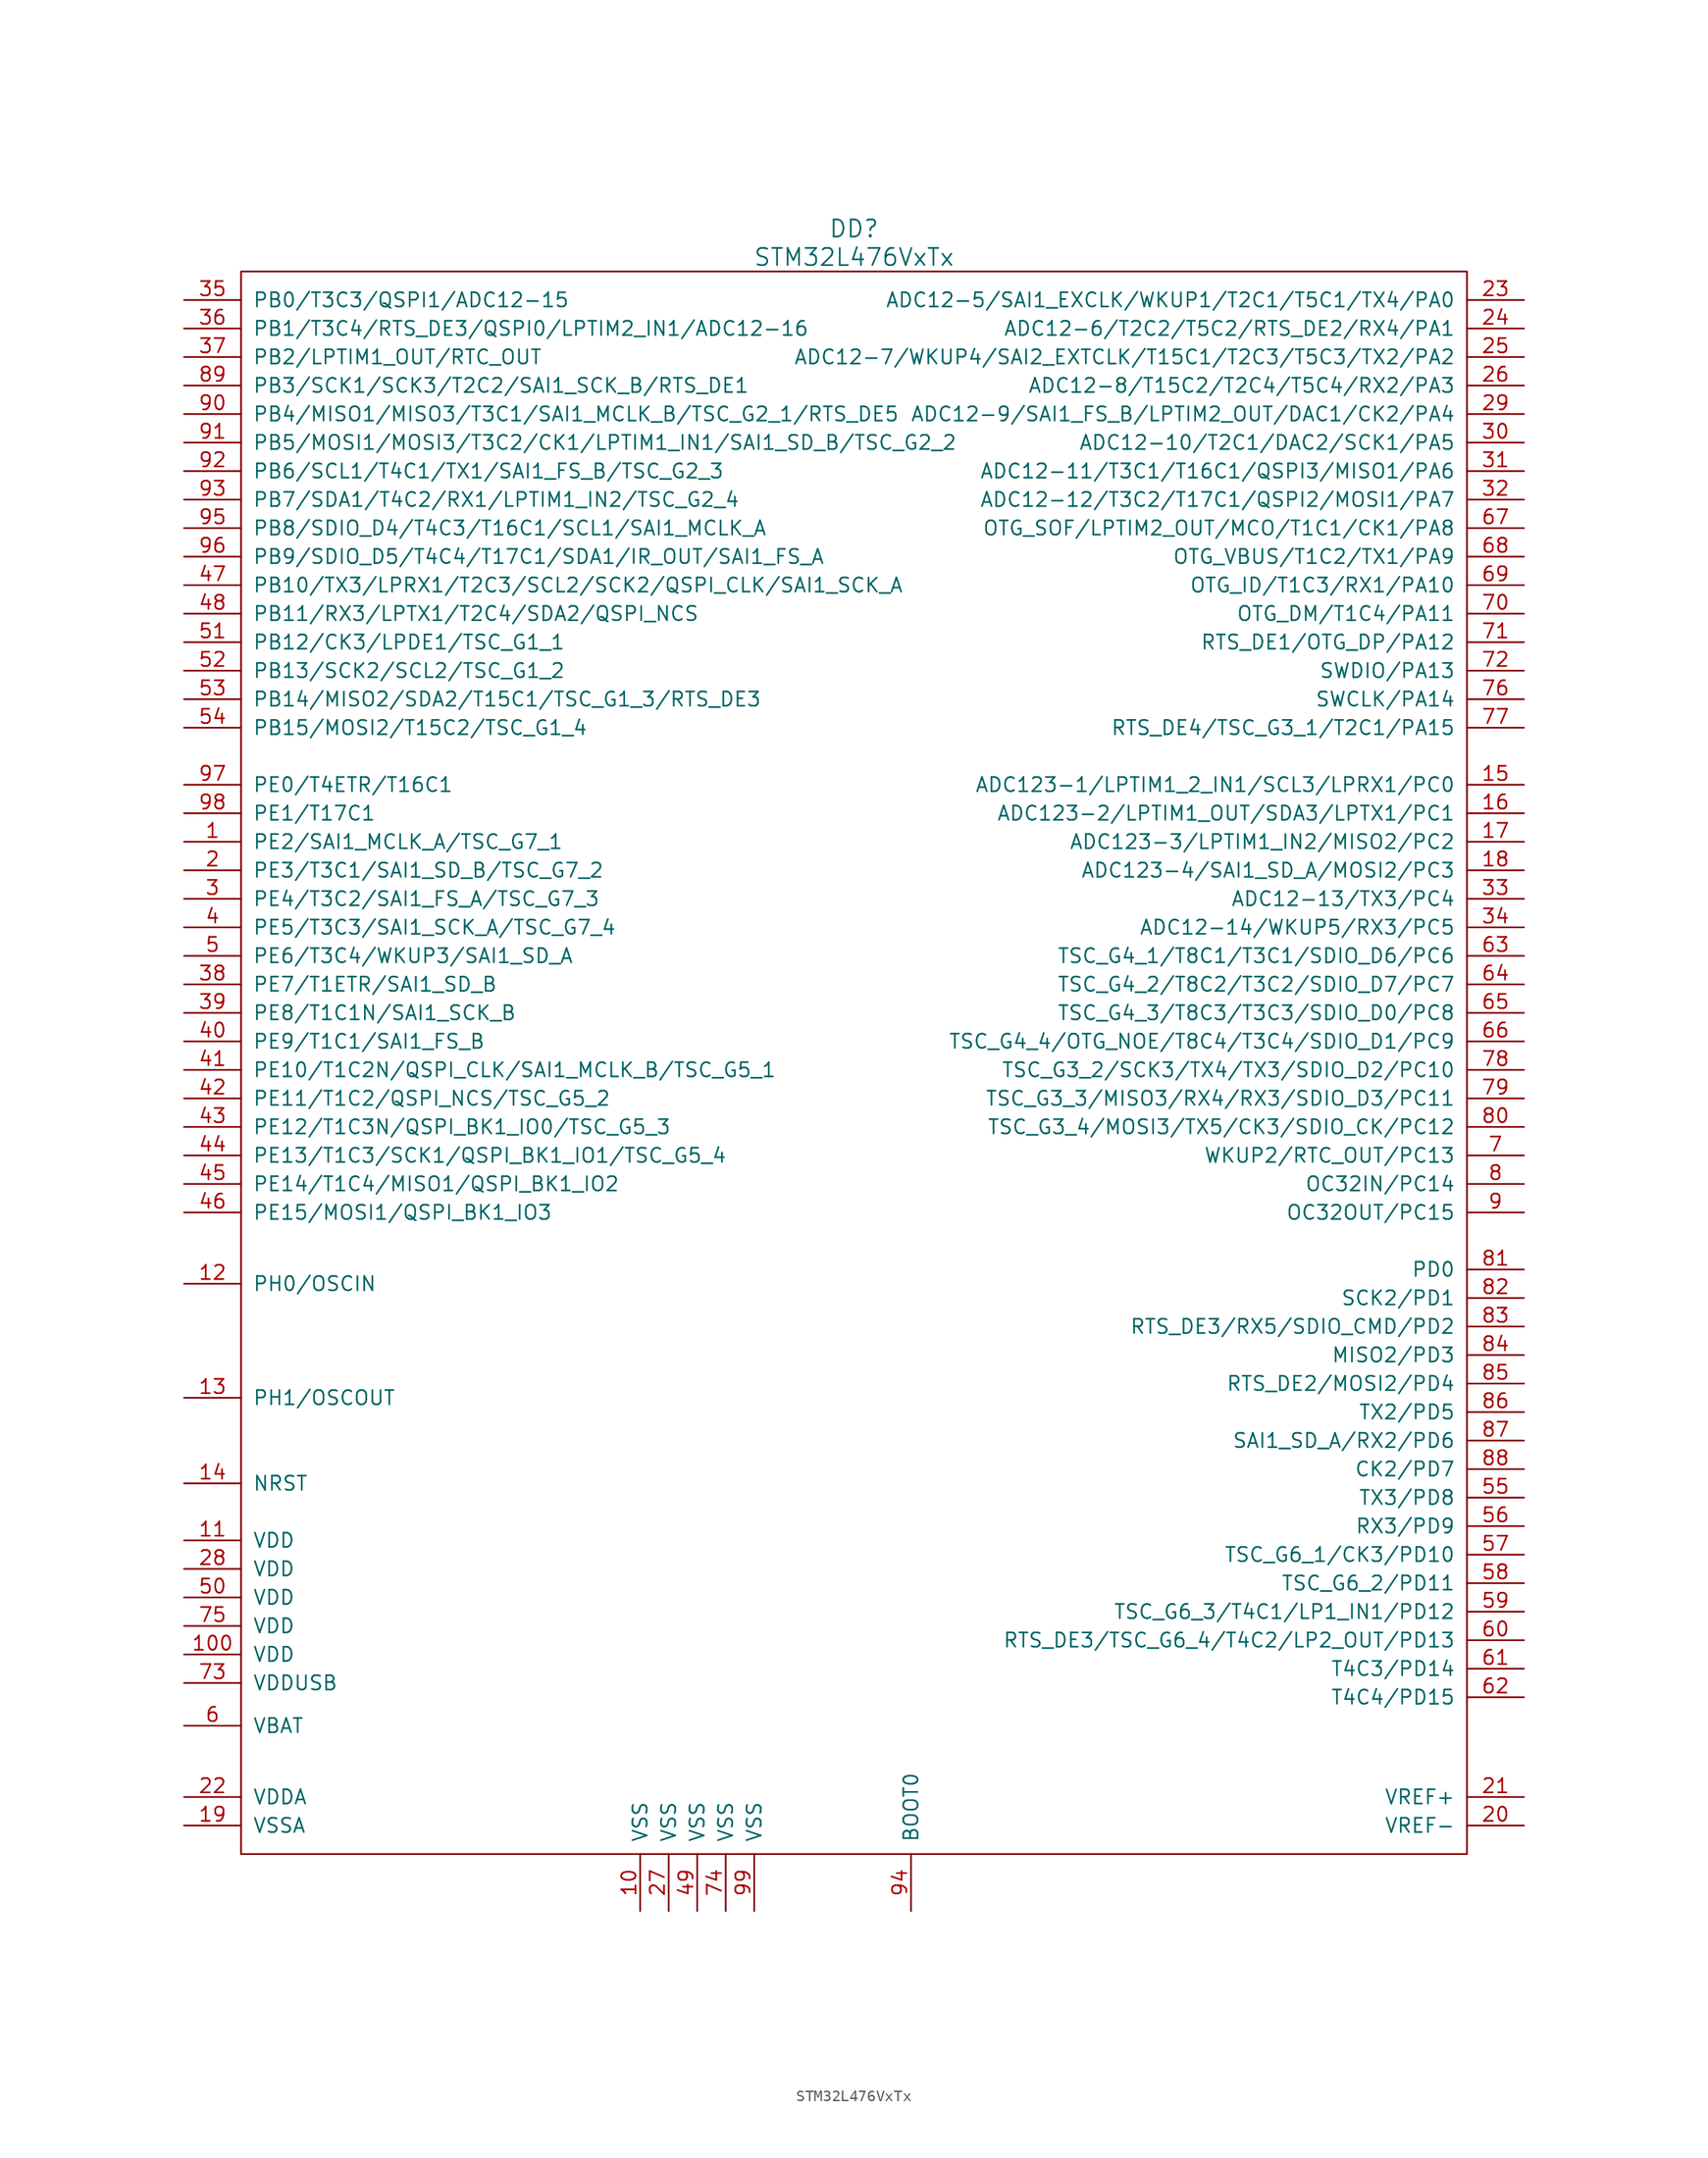
<source format=kicad_sym>
(kicad_symbol_lib
  (version 20220914)
  (generator kicad_symbol_editor)
  (symbol "STM32L476VxTx"
    (pin_names
      (offset 1.016))
    (property "Reference" "DD"
      (at 0 73.66 0)
      (effects (font (size 1.524 1.524))))
    (property "Value" "STM32L476VxTx"
      (at 0 71.12 0)
      (effects (font (size 1.524 1.524))))
    (property "Datasheet" ""
      (at -2.54 8.89 0)
      (effects (font (size 1.524 1.524))))
    (symbol "STM32L476VxTx_0_1"
      (rectangle (start -54.61 69.85) (end 54.61 -71.12) (stroke (width 0) (type solid)) (fill (type none))))
    (symbol "STM32L476VxTx_1_0"
      (pin passive line (at 59.69 29.21 180) (length 5.08) (name "RTS_DE4/TSC_G3_1/T2C1/PA15" (effects (font (size 1.27 1.27)))) (number "77" (effects (font (size 1.27 1.27))))))
    (symbol "STM32L476VxTx_1_1"
      (pin passive line (at -59.69 19.05 0) (length 5.08) (name "PE2/SAI1_MCLK_A/TSC_G7_1" (effects (font (size 1.27 1.27)))) (number "1" (effects (font (size 1.27 1.27)))))
      (pin power_in line (at -19.05 -76.2 90) (length 5.08) (name "VSS" (effects (font (size 1.27 1.27)))) (number "10" (effects (font (size 1.27 1.27)))))
      (pin power_in line (at -59.69 -53.34 0) (length 5.08) (name "VDD" (effects (font (size 1.27 1.27)))) (number "100" (effects (font (size 1.27 1.27)))))
      (pin power_in line (at -59.69 -43.18 0) (length 5.08) (name "VDD" (effects (font (size 1.27 1.27)))) (number "11" (effects (font (size 1.27 1.27)))))
      (pin passive line (at -59.69 -20.32 0) (length 5.08) (name "PH0/OSCIN" (effects (font (size 1.27 1.27)))) (number "12" (effects (font (size 1.27 1.27)))))
      (pin passive line (at -59.69 -30.48 0) (length 5.08) (name "PH1/OSCOUT" (effects (font (size 1.27 1.27)))) (number "13" (effects (font (size 1.27 1.27)))))
      (pin passive line (at -59.69 -38.1 0) (length 5.08) (name "NRST" (effects (font (size 1.27 1.27)))) (number "14" (effects (font (size 1.27 1.27)))))
      (pin passive line (at 59.69 24.13 180) (length 5.08) (name "ADC123-1/LPTIM1_2_IN1/SCL3/LPRX1/PC0" (effects (font (size 1.27 1.27)))) (number "15" (effects (font (size 1.27 1.27)))))
      (pin passive line (at 59.69 21.59 180) (length 5.08) (name "ADC123-2/LPTIM1_OUT/SDA3/LPTX1/PC1" (effects (font (size 1.27 1.27)))) (number "16" (effects (font (size 1.27 1.27)))))
      (pin passive line (at 59.69 19.05 180) (length 5.08) (name "ADC123-3/LPTIM1_IN2/MISO2/PC2" (effects (font (size 1.27 1.27)))) (number "17" (effects (font (size 1.27 1.27)))))
      (pin passive line (at 59.69 16.51 180) (length 5.08) (name "ADC123-4/SAI1_SD_A/MOSI2/PC3" (effects (font (size 1.27 1.27)))) (number "18" (effects (font (size 1.27 1.27)))))
      (pin power_in line (at -59.69 -68.58 0) (length 5.08) (name "VSSA" (effects (font (size 1.27 1.27)))) (number "19" (effects (font (size 1.27 1.27)))))
      (pin passive line (at -59.69 16.51 0) (length 5.08) (name "PE3/T3C1/SAI1_SD_B/TSC_G7_2" (effects (font (size 1.27 1.27)))) (number "2" (effects (font (size 1.27 1.27)))))
      (pin passive line (at 59.69 -68.58 180) (length 5.08) (name "VREF-" (effects (font (size 1.27 1.27)))) (number "20" (effects (font (size 1.27 1.27)))))
      (pin passive line (at 59.69 -66.04 180) (length 5.08) (name "VREF+" (effects (font (size 1.27 1.27)))) (number "21" (effects (font (size 1.27 1.27)))))
      (pin power_in line (at -59.69 -66.04 0) (length 5.08) (name "VDDA" (effects (font (size 1.27 1.27)))) (number "22" (effects (font (size 1.27 1.27)))))
      (pin passive line (at 59.69 67.31 180) (length 5.08) (name "ADC12-5/SAI1_EXCLK/WKUP1/T2C1/T5C1/TX4/PA0" (effects (font (size 1.27 1.27)))) (number "23" (effects (font (size 1.27 1.27)))))
      (pin passive line (at 59.69 64.77 180) (length 5.08) (name "ADC12-6/T2C2/T5C2/RTS_DE2/RX4/PA1" (effects (font (size 1.27 1.27)))) (number "24" (effects (font (size 1.27 1.27)))))
      (pin passive line (at 59.69 62.23 180) (length 5.08) (name "ADC12-7/WKUP4/SAI2_EXTCLK/T15C1/T2C3/T5C3/TX2/PA2" (effects (font (size 1.27 1.27)))) (number "25" (effects (font (size 1.27 1.27)))))
      (pin passive line (at 59.69 59.69 180) (length 5.08) (name "ADC12-8/T15C2/T2C4/T5C4/RX2/PA3" (effects (font (size 1.27 1.27)))) (number "26" (effects (font (size 1.27 1.27)))))
      (pin power_in line (at -16.51 -76.2 90) (length 5.08) (name "VSS" (effects (font (size 1.27 1.27)))) (number "27" (effects (font (size 1.27 1.27)))))
      (pin power_in line (at -59.69 -45.72 0) (length 5.08) (name "VDD" (effects (font (size 1.27 1.27)))) (number "28" (effects (font (size 1.27 1.27)))))
      (pin passive line (at 59.69 57.15 180) (length 5.08) (name "ADC12-9/SAI1_FS_B/LPTIM2_OUT/DAC1/CK2/PA4" (effects (font (size 1.27 1.27)))) (number "29" (effects (font (size 1.27 1.27)))))
      (pin passive line (at -59.69 13.97 0) (length 5.08) (name "PE4/T3C2/SAI1_FS_A/TSC_G7_3" (effects (font (size 1.27 1.27)))) (number "3" (effects (font (size 1.27 1.27)))))
      (pin passive line (at 59.69 54.61 180) (length 5.08) (name "ADC12-10/T2C1/DAC2/SCK1/PA5" (effects (font (size 1.27 1.27)))) (number "30" (effects (font (size 1.27 1.27)))))
      (pin passive line (at 59.69 52.07 180) (length 5.08) (name "ADC12-11/T3C1/T16C1/QSPI3/MISO1/PA6" (effects (font (size 1.27 1.27)))) (number "31" (effects (font (size 1.27 1.27)))))
      (pin passive line (at 59.69 49.53 180) (length 5.08) (name "ADC12-12/T3C2/T17C1/QSPI2/MOSI1/PA7" (effects (font (size 1.27 1.27)))) (number "32" (effects (font (size 1.27 1.27)))))
      (pin passive line (at 59.69 13.97 180) (length 5.08) (name "ADC12-13/TX3/PC4" (effects (font (size 1.27 1.27)))) (number "33" (effects (font (size 1.27 1.27)))))
      (pin passive line (at 59.69 11.43 180) (length 5.08) (name "ADC12-14/WKUP5/RX3/PC5" (effects (font (size 1.27 1.27)))) (number "34" (effects (font (size 1.27 1.27)))))
      (pin passive line (at -59.69 67.31 0) (length 5.08) (name "PB0/T3C3/QSPI1/ADC12-15" (effects (font (size 1.27 1.27)))) (number "35" (effects (font (size 1.27 1.27)))))
      (pin passive line (at -59.69 64.77 0) (length 5.08) (name "PB1/T3C4/RTS_DE3/QSPI0/LPTIM2_IN1/ADC12-16" (effects (font (size 1.27 1.27)))) (number "36" (effects (font (size 1.27 1.27)))))
      (pin passive line (at -59.69 62.23 0) (length 5.08) (name "PB2/LPTIM1_OUT/RTC_OUT" (effects (font (size 1.27 1.27)))) (number "37" (effects (font (size 1.27 1.27)))))
      (pin passive line (at -59.69 6.35 0) (length 5.08) (name "PE7/T1ETR/SAI1_SD_B" (effects (font (size 1.27 1.27)))) (number "38" (effects (font (size 1.27 1.27)))))
      (pin passive line (at -59.69 3.81 0) (length 5.08) (name "PE8/T1C1N/SAI1_SCK_B" (effects (font (size 1.27 1.27)))) (number "39" (effects (font (size 1.27 1.27)))))
      (pin passive line (at -59.69 11.43 0) (length 5.08) (name "PE5/T3C3/SAI1_SCK_A/TSC_G7_4" (effects (font (size 1.27 1.27)))) (number "4" (effects (font (size 1.27 1.27)))))
      (pin passive line (at -59.69 1.27 0) (length 5.08) (name "PE9/T1C1/SAI1_FS_B" (effects (font (size 1.27 1.27)))) (number "40" (effects (font (size 1.27 1.27)))))
      (pin passive line (at -59.69 -1.27 0) (length 5.08) (name "PE10/T1C2N/QSPI_CLK/SAI1_MCLK_B/TSC_G5_1" (effects (font (size 1.27 1.27)))) (number "41" (effects (font (size 1.27 1.27)))))
      (pin passive line (at -59.69 -3.81 0) (length 5.08) (name "PE11/T1C2/QSPI_NCS/TSC_G5_2" (effects (font (size 1.27 1.27)))) (number "42" (effects (font (size 1.27 1.27)))))
      (pin passive line (at -59.69 -6.35 0) (length 5.08) (name "PE12/T1C3N/QSPI_BK1_IO0/TSC_G5_3" (effects (font (size 1.27 1.27)))) (number "43" (effects (font (size 1.27 1.27)))))
      (pin passive line (at -59.69 -8.89 0) (length 5.08) (name "PE13/T1C3/SCK1/QSPI_BK1_IO1/TSC_G5_4" (effects (font (size 1.27 1.27)))) (number "44" (effects (font (size 1.27 1.27)))))
      (pin passive line (at -59.69 -11.43 0) (length 5.08) (name "PE14/T1C4/MISO1/QSPI_BK1_IO2" (effects (font (size 1.27 1.27)))) (number "45" (effects (font (size 1.27 1.27)))))
      (pin passive line (at -59.69 -13.97 0) (length 5.08) (name "PE15/MOSI1/QSPI_BK1_IO3" (effects (font (size 1.27 1.27)))) (number "46" (effects (font (size 1.27 1.27)))))
      (pin passive line (at -59.69 41.91 0) (length 5.08) (name "PB10/TX3/LPRX1/T2C3/SCL2/SCK2/QSPI_CLK/SAI1_SCK_A" (effects (font (size 1.27 1.27)))) (number "47" (effects (font (size 1.27 1.27)))))
      (pin passive line (at -59.69 39.37 0) (length 5.08) (name "PB11/RX3/LPTX1/T2C4/SDA2/QSPI_NCS" (effects (font (size 1.27 1.27)))) (number "48" (effects (font (size 1.27 1.27)))))
      (pin power_in line (at -13.97 -76.2 90) (length 5.08) (name "VSS" (effects (font (size 1.27 1.27)))) (number "49" (effects (font (size 1.27 1.27)))))
      (pin passive line (at -59.69 8.89 0) (length 5.08) (name "PE6/T3C4/WKUP3/SAI1_SD_A" (effects (font (size 1.27 1.27)))) (number "5" (effects (font (size 1.27 1.27)))))
      (pin power_in line (at -59.69 -48.26 0) (length 5.08) (name "VDD" (effects (font (size 1.27 1.27)))) (number "50" (effects (font (size 1.27 1.27)))))
      (pin passive line (at -59.69 36.83 0) (length 5.08) (name "PB12/CK3/LPDE1/TSC_G1_1" (effects (font (size 1.27 1.27)))) (number "51" (effects (font (size 1.27 1.27)))))
      (pin passive line (at -59.69 34.29 0) (length 5.08) (name "PB13/SCK2/SCL2/TSC_G1_2" (effects (font (size 1.27 1.27)))) (number "52" (effects (font (size 1.27 1.27)))))
      (pin passive line (at -59.69 31.75 0) (length 5.08) (name "PB14/MISO2/SDA2/T15C1/TSC_G1_3/RTS_DE3" (effects (font (size 1.27 1.27)))) (number "53" (effects (font (size 1.27 1.27)))))
      (pin passive line (at -59.69 29.21 0) (length 5.08) (name "PB15/MOSI2/T15C2/TSC_G1_4" (effects (font (size 1.27 1.27)))) (number "54" (effects (font (size 1.27 1.27)))))
      (pin passive line (at 59.69 -39.37 180) (length 5.08) (name "TX3/PD8" (effects (font (size 1.27 1.27)))) (number "55" (effects (font (size 1.27 1.27)))))
      (pin passive line (at 59.69 -41.91 180) (length 5.08) (name "RX3/PD9" (effects (font (size 1.27 1.27)))) (number "56" (effects (font (size 1.27 1.27)))))
      (pin passive line (at 59.69 -44.45 180) (length 5.08) (name "TSC_G6_1/CK3/PD10" (effects (font (size 1.27 1.27)))) (number "57" (effects (font (size 1.27 1.27)))))
      (pin passive line (at 59.69 -46.99 180) (length 5.08) (name "TSC_G6_2/PD11" (effects (font (size 1.27 1.27)))) (number "58" (effects (font (size 1.27 1.27)))))
      (pin passive line (at 59.69 -49.53 180) (length 5.08) (name "TSC_G6_3/T4C1/LP1_IN1/PD12" (effects (font (size 1.27 1.27)))) (number "59" (effects (font (size 1.27 1.27)))))
      (pin power_in line (at -59.69 -59.69 0) (length 5.08) (name "VBAT" (effects (font (size 1.27 1.27)))) (number "6" (effects (font (size 1.27 1.27)))))
      (pin passive line (at 59.69 -52.07 180) (length 5.08) (name "RTS_DE3/TSC_G6_4/T4C2/LP2_OUT/PD13" (effects (font (size 1.27 1.27)))) (number "60" (effects (font (size 1.27 1.27)))))
      (pin passive line (at 59.69 -54.61 180) (length 5.08) (name "T4C3/PD14" (effects (font (size 1.27 1.27)))) (number "61" (effects (font (size 1.27 1.27)))))
      (pin passive line (at 59.69 -57.15 180) (length 5.08) (name "T4C4/PD15" (effects (font (size 1.27 1.27)))) (number "62" (effects (font (size 1.27 1.27)))))
      (pin passive line (at 59.69 8.89 180) (length 5.08) (name "TSC_G4_1/T8C1/T3C1/SDIO_D6/PC6" (effects (font (size 1.27 1.27)))) (number "63" (effects (font (size 1.27 1.27)))))
      (pin passive line (at 59.69 6.35 180) (length 5.08) (name "TSC_G4_2/T8C2/T3C2/SDIO_D7/PC7" (effects (font (size 1.27 1.27)))) (number "64" (effects (font (size 1.27 1.27)))))
      (pin passive line (at 59.69 3.81 180) (length 5.08) (name "TSC_G4_3/T8C3/T3C3/SDIO_D0/PC8" (effects (font (size 1.27 1.27)))) (number "65" (effects (font (size 1.27 1.27)))))
      (pin passive line (at 59.69 1.27 180) (length 5.08) (name "TSC_G4_4/OTG_NOE/T8C4/T3C4/SDIO_D1/PC9" (effects (font (size 1.27 1.27)))) (number "66" (effects (font (size 1.27 1.27)))))
      (pin passive line (at 59.69 46.99 180) (length 5.08) (name "OTG_SOF/LPTIM2_OUT/MCO/T1C1/CK1/PA8" (effects (font (size 1.27 1.27)))) (number "67" (effects (font (size 1.27 1.27)))))
      (pin passive line (at 59.69 44.45 180) (length 5.08) (name "OTG_VBUS/T1C2/TX1/PA9" (effects (font (size 1.27 1.27)))) (number "68" (effects (font (size 1.27 1.27)))))
      (pin passive line (at 59.69 41.91 180) (length 5.08) (name "OTG_ID/T1C3/RX1/PA10" (effects (font (size 1.27 1.27)))) (number "69" (effects (font (size 1.27 1.27)))))
      (pin passive line (at 59.69 -8.89 180) (length 5.08) (name "WKUP2/RTC_OUT/PC13" (effects (font (size 1.27 1.27)))) (number "7" (effects (font (size 1.27 1.27)))))
      (pin passive line (at 59.69 39.37 180) (length 5.08) (name "OTG_DM/T1C4/PA11" (effects (font (size 1.27 1.27)))) (number "70" (effects (font (size 1.27 1.27)))))
      (pin passive line (at 59.69 36.83 180) (length 5.08) (name "RTS_DE1/OTG_DP/PA12" (effects (font (size 1.27 1.27)))) (number "71" (effects (font (size 1.27 1.27)))))
      (pin passive line (at 59.69 34.29 180) (length 5.08) (name "SWDIO/PA13" (effects (font (size 1.27 1.27)))) (number "72" (effects (font (size 1.27 1.27)))))
      (pin power_in line (at -59.69 -55.88 0) (length 5.08) (name "VDDUSB" (effects (font (size 1.27 1.27)))) (number "73" (effects (font (size 1.27 1.27)))))
      (pin power_in line (at -11.43 -76.2 90) (length 5.08) (name "VSS" (effects (font (size 1.27 1.27)))) (number "74" (effects (font (size 1.27 1.27)))))
      (pin power_in line (at -59.69 -50.8 0) (length 5.08) (name "VDD" (effects (font (size 1.27 1.27)))) (number "75" (effects (font (size 1.27 1.27)))))
      (pin passive line (at 59.69 31.75 180) (length 5.08) (name "SWCLK/PA14" (effects (font (size 1.27 1.27)))) (number "76" (effects (font (size 1.27 1.27)))))
      (pin passive line (at 59.69 -1.27 180) (length 5.08) (name "TSC_G3_2/SCK3/TX4/TX3/SDIO_D2/PC10" (effects (font (size 1.27 1.27)))) (number "78" (effects (font (size 1.27 1.27)))))
      (pin passive line (at 59.69 -3.81 180) (length 5.08) (name "TSC_G3_3/MISO3/RX4/RX3/SDIO_D3/PC11" (effects (font (size 1.27 1.27)))) (number "79" (effects (font (size 1.27 1.27)))))
      (pin passive line (at 59.69 -11.43 180) (length 5.08) (name "OC32IN/PC14" (effects (font (size 1.27 1.27)))) (number "8" (effects (font (size 1.27 1.27)))))
      (pin passive line (at 59.69 -6.35 180) (length 5.08) (name "TSC_G3_4/MOSI3/TX5/CK3/SDIO_CK/PC12" (effects (font (size 1.27 1.27)))) (number "80" (effects (font (size 1.27 1.27)))))
      (pin passive line (at 59.69 -19.05 180) (length 5.08) (name "PD0" (effects (font (size 1.27 1.27)))) (number "81" (effects (font (size 1.27 1.27)))))
      (pin passive line (at 59.69 -21.59 180) (length 5.08) (name "SCK2/PD1" (effects (font (size 1.27 1.27)))) (number "82" (effects (font (size 1.27 1.27)))))
      (pin passive line (at 59.69 -24.13 180) (length 5.08) (name "RTS_DE3/RX5/SDIO_CMD/PD2" (effects (font (size 1.27 1.27)))) (number "83" (effects (font (size 1.27 1.27)))))
      (pin passive line (at 59.69 -26.67 180) (length 5.08) (name "MISO2/PD3" (effects (font (size 1.27 1.27)))) (number "84" (effects (font (size 1.27 1.27)))))
      (pin passive line (at 59.69 -29.21 180) (length 5.08) (name "RTS_DE2/MOSI2/PD4" (effects (font (size 1.27 1.27)))) (number "85" (effects (font (size 1.27 1.27)))))
      (pin passive line (at 59.69 -31.75 180) (length 5.08) (name "TX2/PD5" (effects (font (size 1.27 1.27)))) (number "86" (effects (font (size 1.27 1.27)))))
      (pin passive line (at 59.69 -34.29 180) (length 5.08) (name "SAI1_SD_A/RX2/PD6" (effects (font (size 1.27 1.27)))) (number "87" (effects (font (size 1.27 1.27)))))
      (pin passive line (at 59.69 -36.83 180) (length 5.08) (name "CK2/PD7" (effects (font (size 1.27 1.27)))) (number "88" (effects (font (size 1.27 1.27)))))
      (pin passive line (at -59.69 59.69 0) (length 5.08) (name "PB3/SCK1/SCK3/T2C2/SAI1_SCK_B/RTS_DE1" (effects (font (size 1.27 1.27)))) (number "89" (effects (font (size 1.27 1.27)))))
      (pin passive line (at 59.69 -13.97 180) (length 5.08) (name "OC32OUT/PC15" (effects (font (size 1.27 1.27)))) (number "9" (effects (font (size 1.27 1.27)))))
      (pin passive line (at -59.69 57.15 0) (length 5.08) (name "PB4/MISO1/MISO3/T3C1/SAI1_MCLK_B/TSC_G2_1/RTS_DE5" (effects (font (size 1.27 1.27)))) (number "90" (effects (font (size 1.27 1.27)))))
      (pin passive line (at -59.69 54.61 0) (length 5.08) (name "PB5/MOSI1/MOSI3/T3C2/CK1/LPTIM1_IN1/SAI1_SD_B/TSC_G2_2" (effects (font (size 1.27 1.27)))) (number "91" (effects (font (size 1.27 1.27)))))
      (pin passive line (at -59.69 52.07 0) (length 5.08) (name "PB6/SCL1/T4C1/TX1/SAI1_FS_B/TSC_G2_3" (effects (font (size 1.27 1.27)))) (number "92" (effects (font (size 1.27 1.27)))))
      (pin passive line (at -59.69 49.53 0) (length 5.08) (name "PB7/SDA1/T4C2/RX1/LPTIM1_IN2/TSC_G2_4" (effects (font (size 1.27 1.27)))) (number "93" (effects (font (size 1.27 1.27)))))
      (pin passive line (at 5.08 -76.2 90) (length 5.08) (name "BOOT0" (effects (font (size 1.27 1.27)))) (number "94" (effects (font (size 1.27 1.27)))))
      (pin passive line (at -59.69 46.99 0) (length 5.08) (name "PB8/SDIO_D4/T4C3/T16C1/SCL1/SAI1_MCLK_A" (effects (font (size 1.27 1.27)))) (number "95" (effects (font (size 1.27 1.27)))))
      (pin passive line (at -59.69 44.45 0) (length 5.08) (name "PB9/SDIO_D5/T4C4/T17C1/SDA1/IR_OUT/SAI1_FS_A" (effects (font (size 1.27 1.27)))) (number "96" (effects (font (size 1.27 1.27)))))
      (pin passive line (at -59.69 24.13 0) (length 5.08) (name "PE0/T4ETR/T16C1" (effects (font (size 1.27 1.27)))) (number "97" (effects (font (size 1.27 1.27)))))
      (pin passive line (at -59.69 21.59 0) (length 5.08) (name "PE1/T17C1" (effects (font (size 1.27 1.27)))) (number "98" (effects (font (size 1.27 1.27)))))
      (pin power_in line (at -8.89 -76.2 90) (length 5.08) (name "VSS" (effects (font (size 1.27 1.27)))) (number "99" (effects (font (size 1.27 1.27))))))))
</source>
